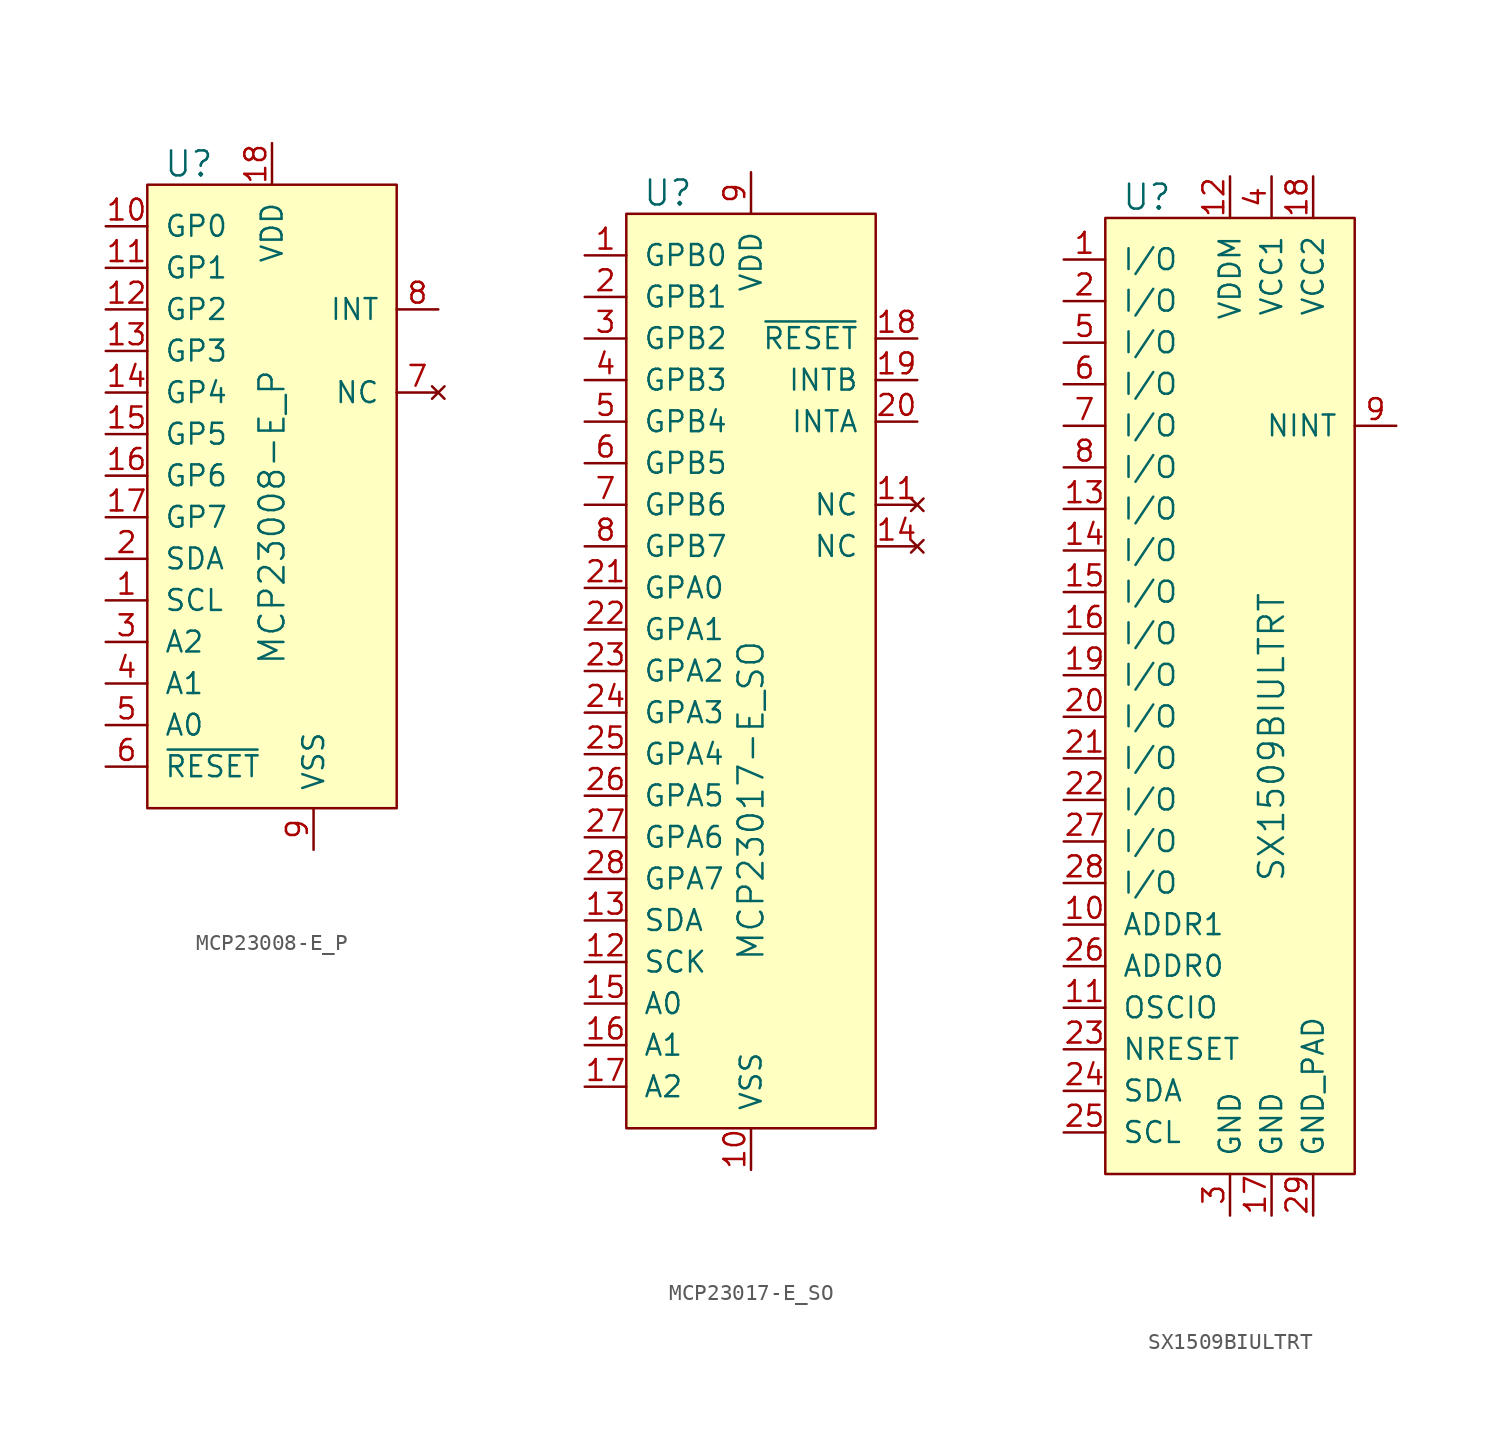
<source format=kicad_sym>
(kicad_symbol_lib
  (version 20201005)
  (generator kicad_symbol_editor)
  (symbol "MCP23008-E_P"
    (pin_names
      (offset 1.016))
    (property "Reference" "U"
      (at -7.62 16.51 0)
      (effects (font (size 1.524 1.524))))
    (property "Value" "MCP23008-E_P"
      (at -2.54 -5.08 90)
      (effects (font (size 1.524 1.524))))
    (symbol "MCP23008-E_P_0_1"
      (rectangle (start -10.16 15.24) (end 5.08 -22.86) (stroke (width 0)) (fill (type background))))
    (symbol "MCP23008-E_P_1_1"
      (pin input line (at -12.7 -10.16 0) (length 2.54) (name "SCL" (effects (font (size 1.27 1.27)))) (number "1" (effects (font (size 1.27 1.27)))))
      (pin bidirectional line (at -12.7 -7.62 0) (length 2.54) (name "SDA" (effects (font (size 1.27 1.27)))) (number "2" (effects (font (size 1.27 1.27)))))
      (pin input line (at -12.7 -12.7 0) (length 2.54) (name "A2" (effects (font (size 1.27 1.27)))) (number "3" (effects (font (size 1.27 1.27)))))
      (pin input line (at -12.7 -15.24 0) (length 2.54) (name "A1" (effects (font (size 1.27 1.27)))) (number "4" (effects (font (size 1.27 1.27)))))
      (pin input line (at -12.7 -17.78 0) (length 2.54) (name "A0" (effects (font (size 1.27 1.27)))) (number "5" (effects (font (size 1.27 1.27)))))
      (pin input line (at -12.7 -20.32 0) (length 2.54) (name "~RESET" (effects (font (size 1.27 1.27)))) (number "6" (effects (font (size 1.27 1.27)))))
      (pin no_connect line (at 7.62 2.54 180) (length 2.54) (name "NC" (effects (font (size 1.27 1.27)))) (number "7" (effects (font (size 1.27 1.27)))))
      (pin output line (at 7.62 7.62 180) (length 2.54) (name "INT" (effects (font (size 1.27 1.27)))) (number "8" (effects (font (size 1.27 1.27)))))
      (pin power_in line (at 0 -25.4 90) (length 2.54) (name "VSS" (effects (font (size 1.27 1.27)))) (number "9" (effects (font (size 1.27 1.27)))))
      (pin bidirectional line (at -12.7 12.7 0) (length 2.54) (name "GP0" (effects (font (size 1.27 1.27)))) (number "10" (effects (font (size 1.27 1.27)))))
      (pin bidirectional line (at -12.7 10.16 0) (length 2.54) (name "GP1" (effects (font (size 1.27 1.27)))) (number "11" (effects (font (size 1.27 1.27)))))
      (pin bidirectional line (at -12.7 7.62 0) (length 2.54) (name "GP2" (effects (font (size 1.27 1.27)))) (number "12" (effects (font (size 1.27 1.27)))))
      (pin bidirectional line (at -12.7 5.08 0) (length 2.54) (name "GP3" (effects (font (size 1.27 1.27)))) (number "13" (effects (font (size 1.27 1.27)))))
      (pin bidirectional line (at -12.7 2.54 0) (length 2.54) (name "GP4" (effects (font (size 1.27 1.27)))) (number "14" (effects (font (size 1.27 1.27)))))
      (pin bidirectional line (at -12.7 0 0) (length 2.54) (name "GP5" (effects (font (size 1.27 1.27)))) (number "15" (effects (font (size 1.27 1.27)))))
      (pin bidirectional line (at -12.7 -2.54 0) (length 2.54) (name "GP6" (effects (font (size 1.27 1.27)))) (number "16" (effects (font (size 1.27 1.27)))))
      (pin bidirectional line (at -12.7 -5.08 0) (length 2.54) (name "GP7" (effects (font (size 1.27 1.27)))) (number "17" (effects (font (size 1.27 1.27)))))
      (pin power_in line (at -2.54 17.78 270) (length 2.54) (name "VDD" (effects (font (size 1.27 1.27)))) (number "18" (effects (font (size 1.27 1.27)))))))
  (symbol "MCP23017-E_SO"
    (pin_names
      (offset 1.016))
    (property "Reference" "U"
      (at -2.54 19.05 0)
      (effects (font (size 1.524 1.524))))
    (property "Value" "MCP23017-E_SO"
      (at 2.54 -27.94 90)
      (effects (font (size 1.524 1.524)) (justify left)))
    (symbol "MCP23017-E_SO_0_1"
      (rectangle (start -5.08 17.78) (end 10.16 -38.1) (stroke (width 0)) (fill (type background))))
    (symbol "MCP23017-E_SO_1_1"
      (pin bidirectional line (at -7.62 15.24 0) (length 2.54) (name "GPB0" (effects (font (size 1.27 1.27)))) (number "1" (effects (font (size 1.27 1.27)))))
      (pin bidirectional line (at -7.62 12.7 0) (length 2.54) (name "GPB1" (effects (font (size 1.27 1.27)))) (number "2" (effects (font (size 1.27 1.27)))))
      (pin bidirectional line (at -7.62 10.16 0) (length 2.54) (name "GPB2" (effects (font (size 1.27 1.27)))) (number "3" (effects (font (size 1.27 1.27)))))
      (pin bidirectional line (at -7.62 7.62 0) (length 2.54) (name "GPB3" (effects (font (size 1.27 1.27)))) (number "4" (effects (font (size 1.27 1.27)))))
      (pin bidirectional line (at -7.62 5.08 0) (length 2.54) (name "GPB4" (effects (font (size 1.27 1.27)))) (number "5" (effects (font (size 1.27 1.27)))))
      (pin bidirectional line (at -7.62 2.54 0) (length 2.54) (name "GPB5" (effects (font (size 1.27 1.27)))) (number "6" (effects (font (size 1.27 1.27)))))
      (pin bidirectional line (at -7.62 0 0) (length 2.54) (name "GPB6" (effects (font (size 1.27 1.27)))) (number "7" (effects (font (size 1.27 1.27)))))
      (pin bidirectional line (at -7.62 -2.54 0) (length 2.54) (name "GPB7" (effects (font (size 1.27 1.27)))) (number "8" (effects (font (size 1.27 1.27)))))
      (pin power_in line (at 2.54 20.32 270) (length 2.54) (name "VDD" (effects (font (size 1.27 1.27)))) (number "9" (effects (font (size 1.27 1.27)))))
      (pin power_in line (at 2.54 -40.64 90) (length 2.54) (name "VSS" (effects (font (size 1.27 1.27)))) (number "10" (effects (font (size 1.27 1.27)))))
      (pin output line (at 12.7 5.08 180) (length 2.54) (name "INTA" (effects (font (size 1.27 1.27)))) (number "20" (effects (font (size 1.27 1.27)))))
      (pin no_connect line (at 12.7 0 180) (length 2.54) (name "NC" (effects (font (size 1.27 1.27)))) (number "11" (effects (font (size 1.27 1.27)))))
      (pin bidirectional line (at -7.62 -5.08 0) (length 2.54) (name "GPA0" (effects (font (size 1.27 1.27)))) (number "21" (effects (font (size 1.27 1.27)))))
      (pin input line (at -7.62 -27.94 0) (length 2.54) (name "SCK" (effects (font (size 1.27 1.27)))) (number "12" (effects (font (size 1.27 1.27)))))
      (pin bidirectional line (at -7.62 -7.62 0) (length 2.54) (name "GPA1" (effects (font (size 1.27 1.27)))) (number "22" (effects (font (size 1.27 1.27)))))
      (pin bidirectional line (at -7.62 -25.4 0) (length 2.54) (name "SDA" (effects (font (size 1.27 1.27)))) (number "13" (effects (font (size 1.27 1.27)))))
      (pin bidirectional line (at -7.62 -10.16 0) (length 2.54) (name "GPA2" (effects (font (size 1.27 1.27)))) (number "23" (effects (font (size 1.27 1.27)))))
      (pin no_connect line (at 12.7 -2.54 180) (length 2.54) (name "NC" (effects (font (size 1.27 1.27)))) (number "14" (effects (font (size 1.27 1.27)))))
      (pin bidirectional line (at -7.62 -12.7 0) (length 2.54) (name "GPA3" (effects (font (size 1.27 1.27)))) (number "24" (effects (font (size 1.27 1.27)))))
      (pin input line (at -7.62 -30.48 0) (length 2.54) (name "A0" (effects (font (size 1.27 1.27)))) (number "15" (effects (font (size 1.27 1.27)))))
      (pin bidirectional line (at -7.62 -15.24 0) (length 2.54) (name "GPA4" (effects (font (size 1.27 1.27)))) (number "25" (effects (font (size 1.27 1.27)))))
      (pin input line (at -7.62 -33.02 0) (length 2.54) (name "A1" (effects (font (size 1.27 1.27)))) (number "16" (effects (font (size 1.27 1.27)))))
      (pin bidirectional line (at -7.62 -17.78 0) (length 2.54) (name "GPA5" (effects (font (size 1.27 1.27)))) (number "26" (effects (font (size 1.27 1.27)))))
      (pin input line (at -7.62 -35.56 0) (length 2.54) (name "A2" (effects (font (size 1.27 1.27)))) (number "17" (effects (font (size 1.27 1.27)))))
      (pin bidirectional line (at -7.62 -20.32 0) (length 2.54) (name "GPA6" (effects (font (size 1.27 1.27)))) (number "27" (effects (font (size 1.27 1.27)))))
      (pin output line (at 12.7 10.16 180) (length 2.54) (name "~RESET" (effects (font (size 1.27 1.27)))) (number "18" (effects (font (size 1.27 1.27)))))
      (pin bidirectional line (at -7.62 -22.86 0) (length 2.54) (name "GPA7" (effects (font (size 1.27 1.27)))) (number "28" (effects (font (size 1.27 1.27)))))
      (pin output line (at 12.7 7.62 180) (length 2.54) (name "INTB" (effects (font (size 1.27 1.27)))) (number "19" (effects (font (size 1.27 1.27)))))))
  (symbol "SX1509BIULTRT"
    (pin_names
      (offset 1.016))
    (property "Reference" "U"
      (at -5.08 21.59 0)
      (effects (font (size 1.524 1.524))))
    (property "Value" "SX1509BIULTRT"
      (at 2.54 -20.32 90)
      (effects (font (size 1.524 1.524)) (justify left)))
    (symbol "SX1509BIULTRT_0_1"
      (rectangle (start -7.62 20.32) (end 7.62 -38.1) (stroke (width 0)) (fill (type background))))
    (symbol "SX1509BIULTRT_1_1"
      (pin bidirectional line (at -10.16 17.78 0) (length 2.54) (name "I/O" (effects (font (size 1.27 1.27)))) (number "1" (effects (font (size 1.27 1.27)))))
      (pin bidirectional line (at -10.16 15.24 0) (length 2.54) (name "I/O" (effects (font (size 1.27 1.27)))) (number "2" (effects (font (size 1.27 1.27)))))
      (pin power_in line (at 0 -40.64 90) (length 2.54) (name "GND" (effects (font (size 1.27 1.27)))) (number "3" (effects (font (size 1.27 1.27)))))
      (pin power_in line (at 2.54 22.86 270) (length 2.54) (name "VCC1" (effects (font (size 1.27 1.27)))) (number "4" (effects (font (size 1.27 1.27)))))
      (pin bidirectional line (at -10.16 12.7 0) (length 2.54) (name "I/O" (effects (font (size 1.27 1.27)))) (number "5" (effects (font (size 1.27 1.27)))))
      (pin bidirectional line (at -10.16 10.16 0) (length 2.54) (name "I/O" (effects (font (size 1.27 1.27)))) (number "6" (effects (font (size 1.27 1.27)))))
      (pin bidirectional line (at -10.16 7.62 0) (length 2.54) (name "I/O" (effects (font (size 1.27 1.27)))) (number "7" (effects (font (size 1.27 1.27)))))
      (pin bidirectional line (at -10.16 5.08 0) (length 2.54) (name "I/O" (effects (font (size 1.27 1.27)))) (number "8" (effects (font (size 1.27 1.27)))))
      (pin output line (at 10.16 7.62 180) (length 2.54) (name "NINT" (effects (font (size 1.27 1.27)))) (number "9" (effects (font (size 1.27 1.27)))))
      (pin input line (at -10.16 -22.86 0) (length 2.54) (name "ADDR1" (effects (font (size 1.27 1.27)))) (number "10" (effects (font (size 1.27 1.27)))))
      (pin bidirectional line (at -10.16 -10.16 0) (length 2.54) (name "I/O" (effects (font (size 1.27 1.27)))) (number "20" (effects (font (size 1.27 1.27)))))
      (pin bidirectional line (at -10.16 -27.94 0) (length 2.54) (name "OSCIO" (effects (font (size 1.27 1.27)))) (number "11" (effects (font (size 1.27 1.27)))))
      (pin bidirectional line (at -10.16 -12.7 0) (length 2.54) (name "I/O" (effects (font (size 1.27 1.27)))) (number "21" (effects (font (size 1.27 1.27)))))
      (pin power_in line (at 0 22.86 270) (length 2.54) (name "VDDM" (effects (font (size 1.27 1.27)))) (number "12" (effects (font (size 1.27 1.27)))))
      (pin bidirectional line (at -10.16 -15.24 0) (length 2.54) (name "I/O" (effects (font (size 1.27 1.27)))) (number "22" (effects (font (size 1.27 1.27)))))
      (pin bidirectional line (at -10.16 2.54 0) (length 2.54) (name "I/O" (effects (font (size 1.27 1.27)))) (number "13" (effects (font (size 1.27 1.27)))))
      (pin input line (at -10.16 -30.48 0) (length 2.54) (name "NRESET" (effects (font (size 1.27 1.27)))) (number "23" (effects (font (size 1.27 1.27)))))
      (pin bidirectional line (at -10.16 0 0) (length 2.54) (name "I/O" (effects (font (size 1.27 1.27)))) (number "14" (effects (font (size 1.27 1.27)))))
      (pin bidirectional line (at -10.16 -33.02 0) (length 2.54) (name "SDA" (effects (font (size 1.27 1.27)))) (number "24" (effects (font (size 1.27 1.27)))))
      (pin bidirectional line (at -10.16 -2.54 0) (length 2.54) (name "I/O" (effects (font (size 1.27 1.27)))) (number "15" (effects (font (size 1.27 1.27)))))
      (pin input line (at -10.16 -35.56 0) (length 2.54) (name "SCL" (effects (font (size 1.27 1.27)))) (number "25" (effects (font (size 1.27 1.27)))))
      (pin bidirectional line (at -10.16 -5.08 0) (length 2.54) (name "I/O" (effects (font (size 1.27 1.27)))) (number "16" (effects (font (size 1.27 1.27)))))
      (pin input line (at -10.16 -25.4 0) (length 2.54) (name "ADDR0" (effects (font (size 1.27 1.27)))) (number "26" (effects (font (size 1.27 1.27)))))
      (pin power_in line (at 2.54 -40.64 90) (length 2.54) (name "GND" (effects (font (size 1.27 1.27)))) (number "17" (effects (font (size 1.27 1.27)))))
      (pin bidirectional line (at -10.16 -17.78 0) (length 2.54) (name "I/O" (effects (font (size 1.27 1.27)))) (number "27" (effects (font (size 1.27 1.27)))))
      (pin power_in line (at 5.08 22.86 270) (length 2.54) (name "VCC2" (effects (font (size 1.27 1.27)))) (number "18" (effects (font (size 1.27 1.27)))))
      (pin bidirectional line (at -10.16 -20.32 0) (length 2.54) (name "I/O" (effects (font (size 1.27 1.27)))) (number "28" (effects (font (size 1.27 1.27)))))
      (pin bidirectional line (at -10.16 -7.62 0) (length 2.54) (name "I/O" (effects (font (size 1.27 1.27)))) (number "19" (effects (font (size 1.27 1.27)))))
      (pin power_in line (at 5.08 -40.64 90) (length 2.54) (name "GND_PAD" (effects (font (size 1.27 1.27)))) (number "29" (effects (font (size 1.27 1.27))))))))
</source>
